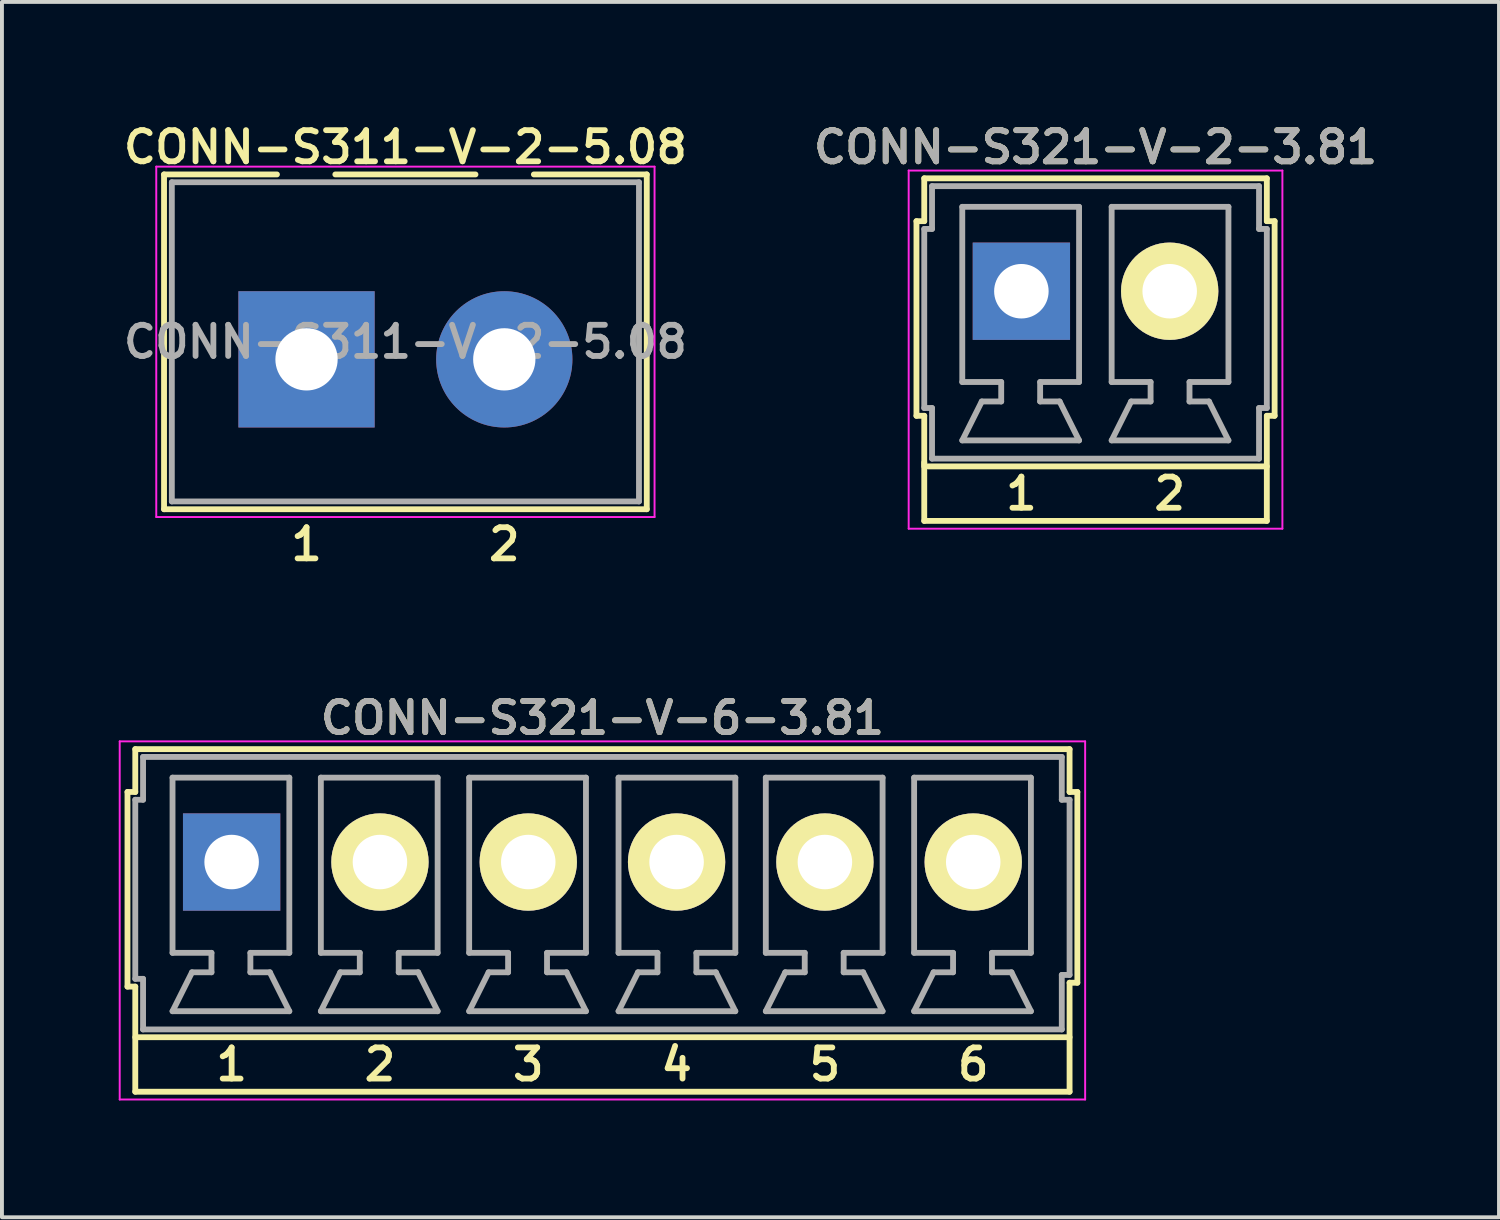
<source format=kicad_pcb>
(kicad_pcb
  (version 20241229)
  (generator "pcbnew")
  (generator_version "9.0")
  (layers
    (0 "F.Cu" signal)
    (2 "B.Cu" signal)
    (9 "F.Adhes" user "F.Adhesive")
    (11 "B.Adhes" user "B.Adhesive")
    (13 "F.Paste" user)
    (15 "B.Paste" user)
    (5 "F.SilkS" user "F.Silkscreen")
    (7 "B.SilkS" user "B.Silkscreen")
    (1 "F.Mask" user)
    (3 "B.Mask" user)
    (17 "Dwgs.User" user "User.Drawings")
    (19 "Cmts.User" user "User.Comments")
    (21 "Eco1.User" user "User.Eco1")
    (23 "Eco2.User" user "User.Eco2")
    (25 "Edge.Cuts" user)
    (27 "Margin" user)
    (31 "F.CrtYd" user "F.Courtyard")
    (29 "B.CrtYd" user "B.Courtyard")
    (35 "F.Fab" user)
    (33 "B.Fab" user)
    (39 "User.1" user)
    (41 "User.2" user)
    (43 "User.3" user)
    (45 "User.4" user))
  (footprint "CONN-S321-V-2-3.81"
    (layer "F.Cu")
    (at 25.092 5.231)
    (property "Reference" "CONN-S321-V-2-3.81" (at 0 -4.5 0) (layer "F.SilkS") (effects (font (size 0.8 0.8) (thickness 0.15))))
    (attr through_hole)
    (fp_line (start -4.6 -2.6) (end -4.6 2.4) (stroke (width 0.15) (type solid)) (layer "F.SilkS"))
    (fp_line (start -4.6 -2.6) (end -4.4 -2.6) (stroke (width 0.15) (type solid)) (layer "F.SilkS"))
    (fp_line (start -4.4 -3.7) (end 4.4 -3.7) (stroke (width 0.15) (type solid)) (layer "F.SilkS"))
    (fp_line (start -4.4 -2.6) (end -4.4 -3.7) (stroke (width 0.15) (type solid)) (layer "F.SilkS"))
    (fp_line (start -4.4 2.4) (end -4.6 2.4) (stroke (width 0.15) (type solid)) (layer "F.SilkS"))
    (fp_line (start -4.4 3.7) (end -4.4 2.4) (stroke (width 0.15) (type solid)) (layer "F.SilkS"))
    (fp_line (start -4.4 5.1) (end -4.4 3.6) (stroke (width 0.15) (type solid)) (layer "F.SilkS"))
    (fp_line (start -4.4 5.1) (end 4.4 5.1) (stroke (width 0.15) (type solid)) (layer "F.SilkS"))
    (fp_line (start 4.4 -2.6) (end 4.4 -3.7) (stroke (width 0.15) (type solid)) (layer "F.SilkS"))
    (fp_line (start 4.4 2.4) (end 4.6 2.4) (stroke (width 0.15) (type solid)) (layer "F.SilkS"))
    (fp_line (start 4.4 3.7) (end -4.3 3.7) (stroke (width 0.15) (type solid)) (layer "F.SilkS"))
    (fp_line (start 4.4 5.1) (end 4.4 2.4) (stroke (width 0.15) (type solid)) (layer "F.SilkS"))
    (fp_line (start 4.6 -2.6) (end 4.4 -2.6) (stroke (width 0.15) (type solid)) (layer "F.SilkS"))
    (fp_line (start 4.6 2.4) (end 4.6 -2.6) (stroke (width 0.15) (type solid)) (layer "F.SilkS"))
    (fp_line (start -4.8 -3.9) (end 4.8 -3.9) (stroke (width 0.05) (type solid)) (layer "F.CrtYd"))
    (fp_line (start -4.8 5.3) (end -4.8 -3.9) (stroke (width 0.05) (type solid)) (layer "F.CrtYd"))
    (fp_line (start 4.8 -3.9) (end 4.8 5.3) (stroke (width 0.05) (type solid)) (layer "F.CrtYd"))
    (fp_line (start 4.8 5.3) (end -4.8 5.3) (stroke (width 0.05) (type solid)) (layer "F.CrtYd"))
    (fp_line (start -4.4 -2.4) (end -4.4 2.2) (stroke (width 0.15) (type solid)) (layer "F.Fab"))
    (fp_line (start -4.4 2.2) (end -4.2 2.2) (stroke (width 0.15) (type solid)) (layer "F.Fab"))
    (fp_line (start -4.2 -3.5) (end -4.2 -2.4) (stroke (width 0.15) (type solid)) (layer "F.Fab"))
    (fp_line (start -4.2 -3.5) (end 4.2 -3.5) (stroke (width 0.15) (type solid)) (layer "F.Fab"))
    (fp_line (start -4.2 -2.4) (end -4.4 -2.4) (stroke (width 0.15) (type solid)) (layer "F.Fab"))
    (fp_line (start -4.2 2.2) (end -4.2 3.5) (stroke (width 0.15) (type solid)) (layer "F.Fab"))
    (fp_line (start -3.423 -2.968) (end -3.423 1.532) (stroke (width 0.15) (type solid)) (layer "F.Fab"))
    (fp_line (start -3.423 -2.968) (end -0.423 -2.968) (stroke (width 0.15) (type solid)) (layer "F.Fab"))
    (fp_line (start -3.423 3.032) (end -0.423 3.032) (stroke (width 0.15) (type solid)) (layer "F.Fab"))
    (fp_line (start -2.923 2.032) (end -3.423 3.032) (stroke (width 0.15) (type solid)) (layer "F.Fab"))
    (fp_line (start -2.423 1.532) (end -3.423 1.532) (stroke (width 0.15) (type solid)) (layer "F.Fab"))
    (fp_line (start -2.423 1.532) (end -2.423 2.032) (stroke (width 0.15) (type solid)) (layer "F.Fab"))
    (fp_line (start -2.423 2.032) (end -2.923 2.032) (stroke (width 0.15) (type solid)) (layer "F.Fab"))
    (fp_line (start -1.423 1.532) (end -1.423 2.032) (stroke (width 0.15) (type solid)) (layer "F.Fab"))
    (fp_line (start -1.423 2.032) (end -0.923 2.032) (stroke (width 0.15) (type solid)) (layer "F.Fab"))
    (fp_line (start -0.423 -2.968) (end -0.423 1.532) (stroke (width 0.15) (type solid)) (layer "F.Fab"))
    (fp_line (start -0.423 1.532) (end -1.423 1.532) (stroke (width 0.15) (type solid)) (layer "F.Fab"))
    (fp_line (start -0.423 3.032) (end -0.923 2.032) (stroke (width 0.15) (type solid)) (layer "F.Fab"))
    (fp_line (start 0.414 -2.968) (end 0.414 1.532) (stroke (width 0.15) (type solid)) (layer "F.Fab"))
    (fp_line (start 0.414 -2.968) (end 3.414 -2.968) (stroke (width 0.15) (type solid)) (layer "F.Fab"))
    (fp_line (start 0.414 3.032) (end 3.414 3.032) (stroke (width 0.15) (type solid)) (layer "F.Fab"))
    (fp_line (start 0.914 2.032) (end 0.414 3.032) (stroke (width 0.15) (type solid)) (layer "F.Fab"))
    (fp_line (start 1.414 1.532) (end 0.414 1.532) (stroke (width 0.15) (type solid)) (layer "F.Fab"))
    (fp_line (start 1.414 1.532) (end 1.414 2.032) (stroke (width 0.15) (type solid)) (layer "F.Fab"))
    (fp_line (start 1.414 2.032) (end 0.914 2.032) (stroke (width 0.15) (type solid)) (layer "F.Fab"))
    (fp_line (start 2.414 1.532) (end 2.414 2.032) (stroke (width 0.15) (type solid)) (layer "F.Fab"))
    (fp_line (start 2.414 2.032) (end 2.914 2.032) (stroke (width 0.15) (type solid)) (layer "F.Fab"))
    (fp_line (start 3.414 -2.968) (end 3.414 1.532) (stroke (width 0.15) (type solid)) (layer "F.Fab"))
    (fp_line (start 3.414 1.532) (end 2.414 1.532) (stroke (width 0.15) (type solid)) (layer "F.Fab"))
    (fp_line (start 3.414 3.032) (end 2.914 2.032) (stroke (width 0.15) (type solid)) (layer "F.Fab"))
    (fp_line (start 4.2 -2.4) (end 4.2 -3.5) (stroke (width 0.15) (type solid)) (layer "F.Fab"))
    (fp_line (start 4.2 2.2) (end 4.4 2.2) (stroke (width 0.15) (type solid)) (layer "F.Fab"))
    (fp_line (start 4.2 3.5) (end -4.2 3.5) (stroke (width 0.15) (type solid)) (layer "F.Fab"))
    (fp_line (start 4.2 3.5) (end 4.2 2.2) (stroke (width 0.15) (type solid)) (layer "F.Fab"))
    (fp_line (start 4.4 -2.4) (end 4.2 -2.4) (stroke (width 0.15) (type solid)) (layer "F.Fab"))
    (fp_line (start 4.4 2.2) (end 4.4 -2.4) (stroke (width 0.15) (type solid)) (layer "F.Fab"))
    (fp_text user "1" (at -1.905 4.4 0) (layer "F.SilkS") (effects (font (size 0.8 0.8) (thickness 0.15))))
    (fp_text user "2" (at 1.905 4.4 0) (layer "F.SilkS") (effects (font (size 0.8 0.8) (thickness 0.15))))
    (fp_text user "${REFERENCE}" (at 0 -4.5 0) (layer "F.Fab") (effects (font (size 0.8 0.8) (thickness 0.15))))
    (pad "1" thru_hole rect (at -1.905 -0.8) (size 2.5 2.5) (drill 1.4) (layers "*.Cu" "*.Mask"))
    (pad "2" thru_hole circle (at 1.905 -0.8) (size 2.5 2.5) (drill 1.4) (layers "*.Cu" "*.Mask" "F.SilkS")))
  (footprint "CONN-S321-V-6-3.81"
    (layer "F.Cu")
    (at 12.425 19.894)
    (property "Reference" "CONN-S321-V-6-3.81" (at 0 -4.5 0) (layer "F.SilkS") (effects (font (size 0.8 0.8) (thickness 0.15))))
    (attr through_hole)
    (fp_line (start -12.2 -2.6) (end -12.2 2.4) (stroke (width 0.15) (type solid)) (layer "F.SilkS"))
    (fp_line (start -12 -3.7) (end 12 -3.7) (stroke (width 0.15) (type solid)) (layer "F.SilkS"))
    (fp_line (start -12 -2.6) (end -12.2 -2.6) (stroke (width 0.15) (type solid)) (layer "F.SilkS"))
    (fp_line (start -12 -2.6) (end -12 -3.7) (stroke (width 0.15) (type solid)) (layer "F.SilkS"))
    (fp_line (start -12 2.4) (end -12.2 2.4) (stroke (width 0.15) (type solid)) (layer "F.SilkS"))
    (fp_line (start -12 5.1) (end -12 2.4) (stroke (width 0.15) (type solid)) (layer "F.SilkS"))
    (fp_line (start -12 5.1) (end 12 5.1) (stroke (width 0.15) (type solid)) (layer "F.SilkS"))
    (fp_line (start 12 -2.6) (end 12 -3.7) (stroke (width 0.15) (type solid)) (layer "F.SilkS"))
    (fp_line (start 12 2.3) (end 12.2 2.3) (stroke (width 0.15) (type solid)) (layer "F.SilkS"))
    (fp_line (start 12 3.7) (end -12 3.7) (stroke (width 0.15) (type solid)) (layer "F.SilkS"))
    (fp_line (start 12 5.1) (end 12 2.3) (stroke (width 0.15) (type solid)) (layer "F.SilkS"))
    (fp_line (start 12.2 -2.6) (end 12 -2.6) (stroke (width 0.15) (type solid)) (layer "F.SilkS"))
    (fp_line (start 12.2 2.3) (end 12.2 -2.6) (stroke (width 0.15) (type solid)) (layer "F.SilkS"))
    (fp_line (start -12.4 -3.9) (end 12.4 -3.9) (stroke (width 0.05) (type solid)) (layer "F.CrtYd"))
    (fp_line (start -12.4 5.3) (end -12.4 -3.9) (stroke (width 0.05) (type solid)) (layer "F.CrtYd"))
    (fp_line (start 12.4 -3.9) (end 12.4 5.3) (stroke (width 0.05) (type solid)) (layer "F.CrtYd"))
    (fp_line (start 12.4 5.3) (end -12.4 5.3) (stroke (width 0.05) (type solid)) (layer "F.CrtYd"))
    (fp_line (start -12 -2.4) (end -11.8 -2.4) (stroke (width 0.15) (type solid)) (layer "F.Fab"))
    (fp_line (start -12 2.2) (end -12 -2.4) (stroke (width 0.15) (type solid)) (layer "F.Fab"))
    (fp_line (start -11.8 -3.5) (end 11.8 -3.5) (stroke (width 0.15) (type solid)) (layer "F.Fab"))
    (fp_line (start -11.8 -2.4) (end -11.8 -3.5) (stroke (width 0.15) (type solid)) (layer "F.Fab"))
    (fp_line (start -11.8 2.2) (end -12 2.2) (stroke (width 0.15) (type solid)) (layer "F.Fab"))
    (fp_line (start -11.8 3.5) (end -11.8 2.2) (stroke (width 0.15) (type solid)) (layer "F.Fab"))
    (fp_line (start -11.043 -2.968) (end -11.043 1.532) (stroke (width 0.15) (type solid)) (layer "F.Fab"))
    (fp_line (start -11.043 -2.968) (end -8.043 -2.968) (stroke (width 0.15) (type solid)) (layer "F.Fab"))
    (fp_line (start -11.043 3.032) (end -8.043 3.032) (stroke (width 0.15) (type solid)) (layer "F.Fab"))
    (fp_line (start -10.543 2.032) (end -11.043 3.032) (stroke (width 0.15) (type solid)) (layer "F.Fab"))
    (fp_line (start -10.043 1.532) (end -11.043 1.532) (stroke (width 0.15) (type solid)) (layer "F.Fab"))
    (fp_line (start -10.043 1.532) (end -10.043 2.032) (stroke (width 0.15) (type solid)) (layer "F.Fab"))
    (fp_line (start -10.043 2.032) (end -10.543 2.032) (stroke (width 0.15) (type solid)) (layer "F.Fab"))
    (fp_line (start -9.043 1.532) (end -9.043 2.032) (stroke (width 0.15) (type solid)) (layer "F.Fab"))
    (fp_line (start -9.043 2.032) (end -8.543 2.032) (stroke (width 0.15) (type solid)) (layer "F.Fab"))
    (fp_line (start -8.043 -2.968) (end -8.043 1.532) (stroke (width 0.15) (type solid)) (layer "F.Fab"))
    (fp_line (start -8.043 1.532) (end -9.043 1.532) (stroke (width 0.15) (type solid)) (layer "F.Fab"))
    (fp_line (start -8.043 3.032) (end -8.543 2.032) (stroke (width 0.15) (type solid)) (layer "F.Fab"))
    (fp_line (start -7.233 -2.968) (end -7.233 1.532) (stroke (width 0.15) (type solid)) (layer "F.Fab"))
    (fp_line (start -7.233 -2.968) (end -4.233 -2.968) (stroke (width 0.15) (type solid)) (layer "F.Fab"))
    (fp_line (start -7.233 3.032) (end -4.233 3.032) (stroke (width 0.15) (type solid)) (layer "F.Fab"))
    (fp_line (start -6.733 2.032) (end -7.233 3.032) (stroke (width 0.15) (type solid)) (layer "F.Fab"))
    (fp_line (start -6.233 1.532) (end -7.233 1.532) (stroke (width 0.15) (type solid)) (layer "F.Fab"))
    (fp_line (start -6.233 1.532) (end -6.233 2.032) (stroke (width 0.15) (type solid)) (layer "F.Fab"))
    (fp_line (start -6.233 2.032) (end -6.733 2.032) (stroke (width 0.15) (type solid)) (layer "F.Fab"))
    (fp_line (start -5.233 1.532) (end -5.233 2.032) (stroke (width 0.15) (type solid)) (layer "F.Fab"))
    (fp_line (start -5.233 2.032) (end -4.733 2.032) (stroke (width 0.15) (type solid)) (layer "F.Fab"))
    (fp_line (start -4.233 -2.968) (end -4.233 1.532) (stroke (width 0.15) (type solid)) (layer "F.Fab"))
    (fp_line (start -4.233 1.532) (end -5.233 1.532) (stroke (width 0.15) (type solid)) (layer "F.Fab"))
    (fp_line (start -4.233 3.032) (end -4.733 2.032) (stroke (width 0.15) (type solid)) (layer "F.Fab"))
    (fp_line (start -3.423 -2.968) (end -3.423 1.532) (stroke (width 0.15) (type solid)) (layer "F.Fab"))
    (fp_line (start -3.423 -2.968) (end -0.423 -2.968) (stroke (width 0.15) (type solid)) (layer "F.Fab"))
    (fp_line (start -3.423 3.032) (end -0.423 3.032) (stroke (width 0.15) (type solid)) (layer "F.Fab"))
    (fp_line (start -2.923 2.032) (end -3.423 3.032) (stroke (width 0.15) (type solid)) (layer "F.Fab"))
    (fp_line (start -2.423 1.532) (end -3.423 1.532) (stroke (width 0.15) (type solid)) (layer "F.Fab"))
    (fp_line (start -2.423 1.532) (end -2.423 2.032) (stroke (width 0.15) (type solid)) (layer "F.Fab"))
    (fp_line (start -2.423 2.032) (end -2.923 2.032) (stroke (width 0.15) (type solid)) (layer "F.Fab"))
    (fp_line (start -1.423 1.532) (end -1.423 2.032) (stroke (width 0.15) (type solid)) (layer "F.Fab"))
    (fp_line (start -1.423 2.032) (end -0.923 2.032) (stroke (width 0.15) (type solid)) (layer "F.Fab"))
    (fp_line (start -0.423 -2.968) (end -0.423 1.532) (stroke (width 0.15) (type solid)) (layer "F.Fab"))
    (fp_line (start -0.423 1.532) (end -1.423 1.532) (stroke (width 0.15) (type solid)) (layer "F.Fab"))
    (fp_line (start -0.423 3.032) (end -0.923 2.032) (stroke (width 0.15) (type solid)) (layer "F.Fab"))
    (fp_line (start 0.414 -2.968) (end 0.414 1.532) (stroke (width 0.15) (type solid)) (layer "F.Fab"))
    (fp_line (start 0.414 -2.968) (end 3.414 -2.968) (stroke (width 0.15) (type solid)) (layer "F.Fab"))
    (fp_line (start 0.414 3.032) (end 3.414 3.032) (stroke (width 0.15) (type solid)) (layer "F.Fab"))
    (fp_line (start 0.914 2.032) (end 0.414 3.032) (stroke (width 0.15) (type solid)) (layer "F.Fab"))
    (fp_line (start 1.414 1.532) (end 0.414 1.532) (stroke (width 0.15) (type solid)) (layer "F.Fab"))
    (fp_line (start 1.414 1.532) (end 1.414 2.032) (stroke (width 0.15) (type solid)) (layer "F.Fab"))
    (fp_line (start 1.414 2.032) (end 0.914 2.032) (stroke (width 0.15) (type solid)) (layer "F.Fab"))
    (fp_line (start 2.414 1.532) (end 2.414 2.032) (stroke (width 0.15) (type solid)) (layer "F.Fab"))
    (fp_line (start 2.414 2.032) (end 2.914 2.032) (stroke (width 0.15) (type solid)) (layer "F.Fab"))
    (fp_line (start 3.414 -2.968) (end 3.414 1.532) (stroke (width 0.15) (type solid)) (layer "F.Fab"))
    (fp_line (start 3.414 1.532) (end 2.414 1.532) (stroke (width 0.15) (type solid)) (layer "F.Fab"))
    (fp_line (start 3.414 3.032) (end 2.914 2.032) (stroke (width 0.15) (type solid)) (layer "F.Fab"))
    (fp_line (start 4.197 -2.968) (end 4.197 1.532) (stroke (width 0.15) (type solid)) (layer "F.Fab"))
    (fp_line (start 4.197 -2.968) (end 7.197 -2.968) (stroke (width 0.15) (type solid)) (layer "F.Fab"))
    (fp_line (start 4.197 3.032) (end 7.197 3.032) (stroke (width 0.15) (type solid)) (layer "F.Fab"))
    (fp_line (start 4.697 2.032) (end 4.197 3.032) (stroke (width 0.15) (type solid)) (layer "F.Fab"))
    (fp_line (start 5.197 1.532) (end 4.197 1.532) (stroke (width 0.15) (type solid)) (layer "F.Fab"))
    (fp_line (start 5.197 1.532) (end 5.197 2.032) (stroke (width 0.15) (type solid)) (layer "F.Fab"))
    (fp_line (start 5.197 2.032) (end 4.697 2.032) (stroke (width 0.15) (type solid)) (layer "F.Fab"))
    (fp_line (start 6.197 1.532) (end 6.197 2.032) (stroke (width 0.15) (type solid)) (layer "F.Fab"))
    (fp_line (start 6.197 2.032) (end 6.697 2.032) (stroke (width 0.15) (type solid)) (layer "F.Fab"))
    (fp_line (start 7.197 -2.968) (end 7.197 1.532) (stroke (width 0.15) (type solid)) (layer "F.Fab"))
    (fp_line (start 7.197 1.532) (end 6.197 1.532) (stroke (width 0.15) (type solid)) (layer "F.Fab"))
    (fp_line (start 7.197 3.032) (end 6.697 2.032) (stroke (width 0.15) (type solid)) (layer "F.Fab"))
    (fp_line (start 8.007 -2.968) (end 8.007 1.532) (stroke (width 0.15) (type solid)) (layer "F.Fab"))
    (fp_line (start 8.007 -2.968) (end 11.007 -2.968) (stroke (width 0.15) (type solid)) (layer "F.Fab"))
    (fp_line (start 8.007 3.032) (end 11.007 3.032) (stroke (width 0.15) (type solid)) (layer "F.Fab"))
    (fp_line (start 8.507 2.032) (end 8.007 3.032) (stroke (width 0.15) (type solid)) (layer "F.Fab"))
    (fp_line (start 9.007 1.532) (end 8.007 1.532) (stroke (width 0.15) (type solid)) (layer "F.Fab"))
    (fp_line (start 9.007 1.532) (end 9.007 2.032) (stroke (width 0.15) (type solid)) (layer "F.Fab"))
    (fp_line (start 9.007 2.032) (end 8.507 2.032) (stroke (width 0.15) (type solid)) (layer "F.Fab"))
    (fp_line (start 10.007 1.532) (end 10.007 2.032) (stroke (width 0.15) (type solid)) (layer "F.Fab"))
    (fp_line (start 10.007 2.032) (end 10.507 2.032) (stroke (width 0.15) (type solid)) (layer "F.Fab"))
    (fp_line (start 11.007 -2.968) (end 11.007 1.532) (stroke (width 0.15) (type solid)) (layer "F.Fab"))
    (fp_line (start 11.007 1.532) (end 10.007 1.532) (stroke (width 0.15) (type solid)) (layer "F.Fab"))
    (fp_line (start 11.007 3.032) (end 10.507 2.032) (stroke (width 0.15) (type solid)) (layer "F.Fab"))
    (fp_line (start 11.8 -2.4) (end 11.8 -3.5) (stroke (width 0.15) (type solid)) (layer "F.Fab"))
    (fp_line (start 11.8 3.5) (end -11.8 3.5) (stroke (width 0.15) (type solid)) (layer "F.Fab"))
    (fp_line (start 11.8 3.5) (end 11.8 2.1) (stroke (width 0.15) (type solid)) (layer "F.Fab"))
    (fp_line (start 12 -2.4) (end 11.8 -2.4) (stroke (width 0.15) (type solid)) (layer "F.Fab"))
    (fp_line (start 12 2.1) (end 11.8 2.1) (stroke (width 0.15) (type solid)) (layer "F.Fab"))
    (fp_line (start 12 2.1) (end 12 -2.4) (stroke (width 0.15) (type solid)) (layer "F.Fab"))
    (fp_text user "3" (at -1.905 4.4 0) (layer "F.SilkS") (effects (font (size 0.8 0.8) (thickness 0.15))))
    (fp_text user "1" (at -9.525 4.4 0) (layer "F.SilkS") (effects (font (size 0.8 0.8) (thickness 0.15))))
    (fp_text user "6" (at 9.525 4.4 0) (layer "F.SilkS") (effects (font (size 0.8 0.8) (thickness 0.15))))
    (fp_text user "2" (at -5.715 4.4 0) (layer "F.SilkS") (effects (font (size 0.8 0.8) (thickness 0.15))))
    (fp_text user "5" (at 5.715 4.4 0) (layer "F.SilkS") (effects (font (size 0.8 0.8) (thickness 0.15))))
    (fp_text user "4" (at 1.905 4.4 0) (layer "F.SilkS") (effects (font (size 0.8 0.8) (thickness 0.15))))
    (fp_text user "${REFERENCE}" (at 0 -4.5 0) (layer "F.Fab") (effects (font (size 0.8 0.8) (thickness 0.15))))
    (pad "1" thru_hole rect (at -9.525 -0.8) (size 2.5 2.5) (drill 1.4) (layers "*.Cu" "*.Mask"))
    (pad "2" thru_hole circle (at -5.715 -0.8) (size 2.5 2.5) (drill 1.4) (layers "*.Cu" "*.Mask" "F.SilkS"))
    (pad "3" thru_hole circle (at -1.905 -0.8) (size 2.5 2.5) (drill 1.4) (layers "*.Cu" "*.Mask" "F.SilkS"))
    (pad "4" thru_hole circle (at 1.905 -0.8) (size 2.5 2.5) (drill 1.4) (layers "*.Cu" "*.Mask" "F.SilkS"))
    (pad "5" thru_hole circle (at 5.715 -0.8) (size 2.5 2.5) (drill 1.4) (layers "*.Cu" "*.Mask" "F.SilkS"))
    (pad "6" thru_hole circle (at 9.525 -0.8) (size 2.5 2.5) (drill 1.4) (layers "*.Cu" "*.Mask" "F.SilkS")))
  (footprint "CONN-S311-V-2-5.08"
    (layer "F.Cu")
    (at 7.364 5.731)
    (property "Reference" "CONN-S311-V-2-5.08" (at 0 -5 0) (layer "F.SilkS") (effects (font (size 0.8 0.8) (thickness 0.15))))
    (attr through_hole)
    (fp_line (start -6.2 -4.3) (end -6.2 4.3) (stroke (width 0.15) (type solid)) (layer "F.SilkS"))
    (fp_line (start -6.2 -4.3) (end -3.3 -4.3) (stroke (width 0.15) (type solid)) (layer "F.SilkS"))
    (fp_line (start -6.2 4.3) (end 6.2 4.3) (stroke (width 0.15) (type solid)) (layer "F.SilkS"))
    (fp_line (start -1.8 -4.3) (end 1.8 -4.3) (stroke (width 0.15) (type solid)) (layer "F.SilkS"))
    (fp_line (start 3.3 -4.3) (end 6.2 -4.3) (stroke (width 0.15) (type solid)) (layer "F.SilkS"))
    (fp_line (start 6.2 -4.3) (end 6.2 4.3) (stroke (width 0.15) (type solid)) (layer "F.SilkS"))
    (fp_line (start -6.4 -4.5) (end 6.4 -4.5) (stroke (width 0.05) (type solid)) (layer "F.CrtYd"))
    (fp_line (start -6.4 4.5) (end -6.4 -4.5) (stroke (width 0.05) (type solid)) (layer "F.CrtYd"))
    (fp_line (start 6.4 4.5) (end -6.4 4.5) (stroke (width 0.05) (type solid)) (layer "F.CrtYd"))
    (fp_line (start 6.4 4.5) (end 6.4 -4.5) (stroke (width 0.05) (type solid)) (layer "F.CrtYd"))
    (fp_line (start -6 -4.1) (end -6 4.1) (stroke (width 0.15) (type solid)) (layer "F.Fab"))
    (fp_line (start -6 -4.1) (end 6 -4.1) (stroke (width 0.15) (type solid)) (layer "F.Fab"))
    (fp_line (start 6 4.1) (end -6 4.1) (stroke (width 0.15) (type solid)) (layer "F.Fab"))
    (fp_line (start 6 4.1) (end 6 -4.1) (stroke (width 0.15) (type solid)) (layer "F.Fab"))
    (fp_text user "2" (at 2.54 5.2 0) (layer "F.SilkS") (effects (font (size 0.8 0.8) (thickness 0.15))))
    (fp_text user "1" (at -2.54 5.2 0) (layer "F.SilkS") (effects (font (size 0.8 0.8) (thickness 0.15))))
    (fp_text user "${REFERENCE}" (at 0 0 0) (layer "F.Fab") (effects (font (size 0.8 0.8) (thickness 0.15))))
    (pad "1" thru_hole rect (at -2.54 0.45 180) (size 3.5 3.5) (drill 1.6) (layers "*.Cu" "*.Mask"))
    (pad "2" thru_hole circle (at 2.54 0.45 180) (size 3.5 3.5) (drill 1.6) (layers "*.Cu" "*.Mask")))
  (gr_rect
    (start -3 -3)
    (end 35.456 28.219)
    (stroke (width 0.1) (type default))
    (fill no)
    (layer "Edge.Cuts")))
</source>
